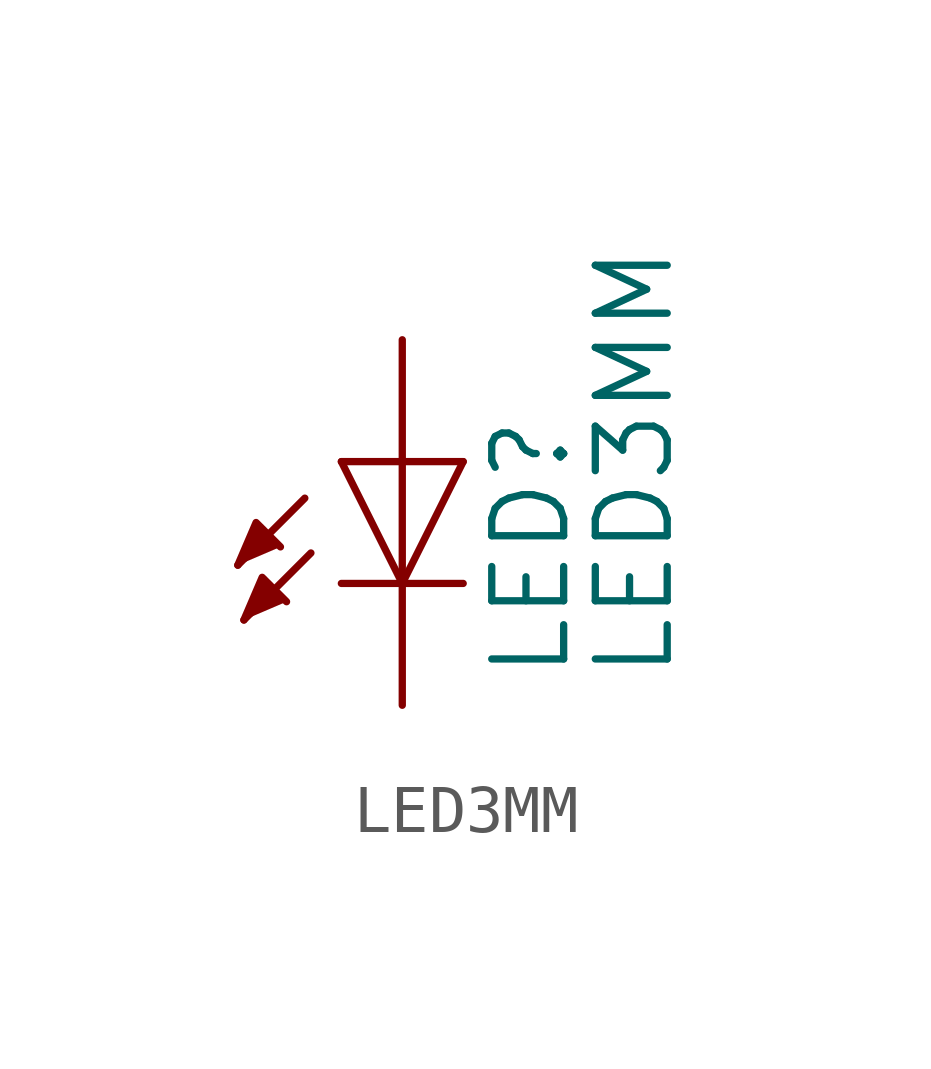
<source format=kicad_sym>
(kicad_symbol_lib
  (version 20211014)
  (generator kicad_symbol_editor)
  (symbol "LED3MM"
    (pin_names
      (offset 1.016))
    (property "Reference" "LED"
      (at 3.556 -4.572 90)
      (effects (font (size 1.499 1.499)) (justify left bottom)))
    (property "Value" "LED3MM"
      (at 5.715 -4.572 90)
      (effects (font (size 1.499 1.499)) (justify left bottom)))
    (property "ki_locked" ""
      (at 0 0 0)
      (effects (font (size 1.27 1.27))))
    (symbol "LED3MM_1_0"
      (polyline (pts (xy -2.032 -0.762) (xy -3.429 -2.159)) (stroke (width 0) (type default) (color 0 0 0 0)) (fill (type none)))
      (polyline (pts (xy -1.905 -1.905) (xy -3.302 -3.302)) (stroke (width 0) (type default) (color 0 0 0 0)) (fill (type none)))
      (polyline (pts (xy 0 -2.54) (xy -1.27 -2.54)) (stroke (width 0) (type default) (color 0 0 0 0)) (fill (type none)))
      (polyline (pts (xy 0 -2.54) (xy -1.27 0)) (stroke (width 0) (type default) (color 0 0 0 0)) (fill (type none)))
      (polyline (pts (xy 0 0) (xy -1.27 0)) (stroke (width 0) (type default) (color 0 0 0 0)) (fill (type none)))
      (polyline (pts (xy 0 0) (xy 0 -2.54)) (stroke (width 0) (type default) (color 0 0 0 0)) (fill (type none)))
      (polyline (pts (xy 1.27 -2.54) (xy 0 -2.54)) (stroke (width 0) (type default) (color 0 0 0 0)) (fill (type none)))
      (polyline (pts (xy 1.27 0) (xy 0 -2.54)) (stroke (width 0) (type default) (color 0 0 0 0)) (fill (type none)))
      (polyline (pts (xy 1.27 0) (xy 0 0)) (stroke (width 0) (type default) (color 0 0 0 0)) (fill (type none)))
      (polyline (pts (xy -3.429 -2.159) (xy -3.048 -1.27) (xy -2.54 -1.778)) (stroke (width 0) (type default) (color 0 0 0 0)) (fill (type outline)))
      (polyline (pts (xy -3.302 -3.302) (xy -2.921 -2.413) (xy -2.413 -2.921)) (stroke (width 0) (type default) (color 0 0 0 0)) (fill (type outline)))
      (pin passive line (at 0 2.54 270) (length 2.54) (name "A" (effects (font (size 0 0)))) (number "A" (effects (font (size 0 0)))))
      (pin passive line (at 0 -5.08 90) (length 2.54) (name "C" (effects (font (size 0 0)))) (number "K" (effects (font (size 0 0))))))))
</source>
